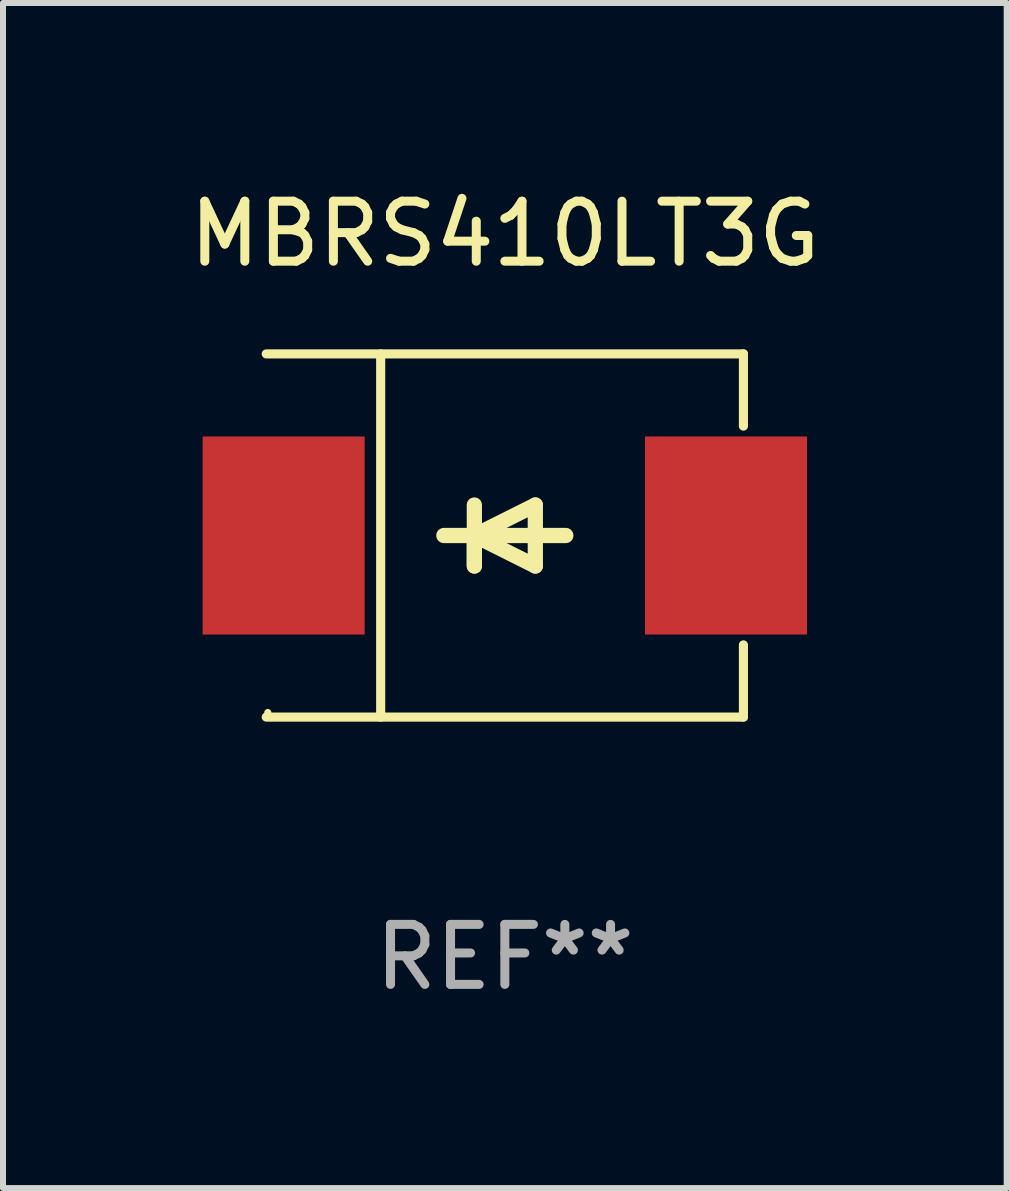
<source format=kicad_pcb>
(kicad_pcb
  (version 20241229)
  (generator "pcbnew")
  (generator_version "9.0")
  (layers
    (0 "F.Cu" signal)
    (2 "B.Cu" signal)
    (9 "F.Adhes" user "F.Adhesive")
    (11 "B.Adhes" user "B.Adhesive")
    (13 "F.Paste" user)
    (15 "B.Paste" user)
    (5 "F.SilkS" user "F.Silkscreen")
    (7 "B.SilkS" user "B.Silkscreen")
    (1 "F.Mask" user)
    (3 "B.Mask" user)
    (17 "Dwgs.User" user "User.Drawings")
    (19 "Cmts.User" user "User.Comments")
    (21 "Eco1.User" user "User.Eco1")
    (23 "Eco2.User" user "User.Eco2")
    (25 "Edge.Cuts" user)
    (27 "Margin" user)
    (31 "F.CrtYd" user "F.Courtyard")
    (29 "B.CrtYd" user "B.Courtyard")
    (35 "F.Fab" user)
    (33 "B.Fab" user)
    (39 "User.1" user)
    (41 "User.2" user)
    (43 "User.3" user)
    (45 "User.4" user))
  (footprint "MBRS410LT3G"
    (layer "F.Cu")
    (at 5.363 5.874)
    (property "Reference" "MBRS410LT3G" (at 0 -5.026 0) (layer "F.SilkS") (effects (font (size 1 1) (thickness 0.15))))
    (attr through_hole)
    (fp_line (start -3.976 -3.026) (end 3.976 -3.026) (stroke (width 0.152) (type solid)) (layer "F.SilkS"))
    (fp_line (start -3.976 3.026) (end 3.976 3.026) (stroke (width 0.152) (type solid)) (layer "F.SilkS"))
    (fp_line (start -2.069 -3.026) (end -2.069 3.026) (stroke (width 0.152) (type solid)) (layer "F.SilkS"))
    (fp_line (start -0.508 0) (end -0.508 0.508) (stroke (width 0.254) (type solid)) (layer "F.SilkS"))
    (fp_line (start -0.508 0) (end 0.508 0.508) (stroke (width 0.254) (type solid)) (layer "F.SilkS"))
    (fp_line (start -0.508 0.508) (end -0.508 -0.508) (stroke (width 0.254) (type solid)) (layer "F.SilkS"))
    (fp_line (start 0.508 -0.508) (end -0.508 0) (stroke (width 0.254) (type solid)) (layer "F.SilkS"))
    (fp_line (start 0.508 0.508) (end 0.508 -0.508) (stroke (width 0.254) (type solid)) (layer "F.SilkS"))
    (fp_line (start 1.016 0) (end -1.016 0) (stroke (width 0.254) (type solid)) (layer "F.SilkS"))
    (fp_line (start 3.976 -3.026) (end 3.976 -1.823) (stroke (width 0.152) (type solid)) (layer "F.SilkS"))
    (fp_line (start 3.976 3.026) (end 3.976 1.823) (stroke (width 0.152) (type solid)) (layer "F.SilkS"))
    (fp_circle (center -3.95 2.95) (end -3.92 2.95) (stroke (width 0.06) (type solid)) (fill no) (layer "F.SilkS"))
    (fp_text user "REF**" (at 0 7.026 0) (layer "F.Fab") (effects (font (size 1 1) (thickness 0.15))))
    (pad "1" smd rect (at -3.686 0) (size 2.7 3.3) (layers "F.Cu" "F.Mask" "F.Paste"))
    (pad "2" smd rect (at 3.686 0) (size 2.7 3.3) (layers "F.Cu" "F.Mask" "F.Paste")))
  (gr_rect
    (start -3 -3)
    (end 13.726 16.749)
    (stroke (width 0.1) (type default))
    (fill no)
    (layer "Edge.Cuts")))
</source>
